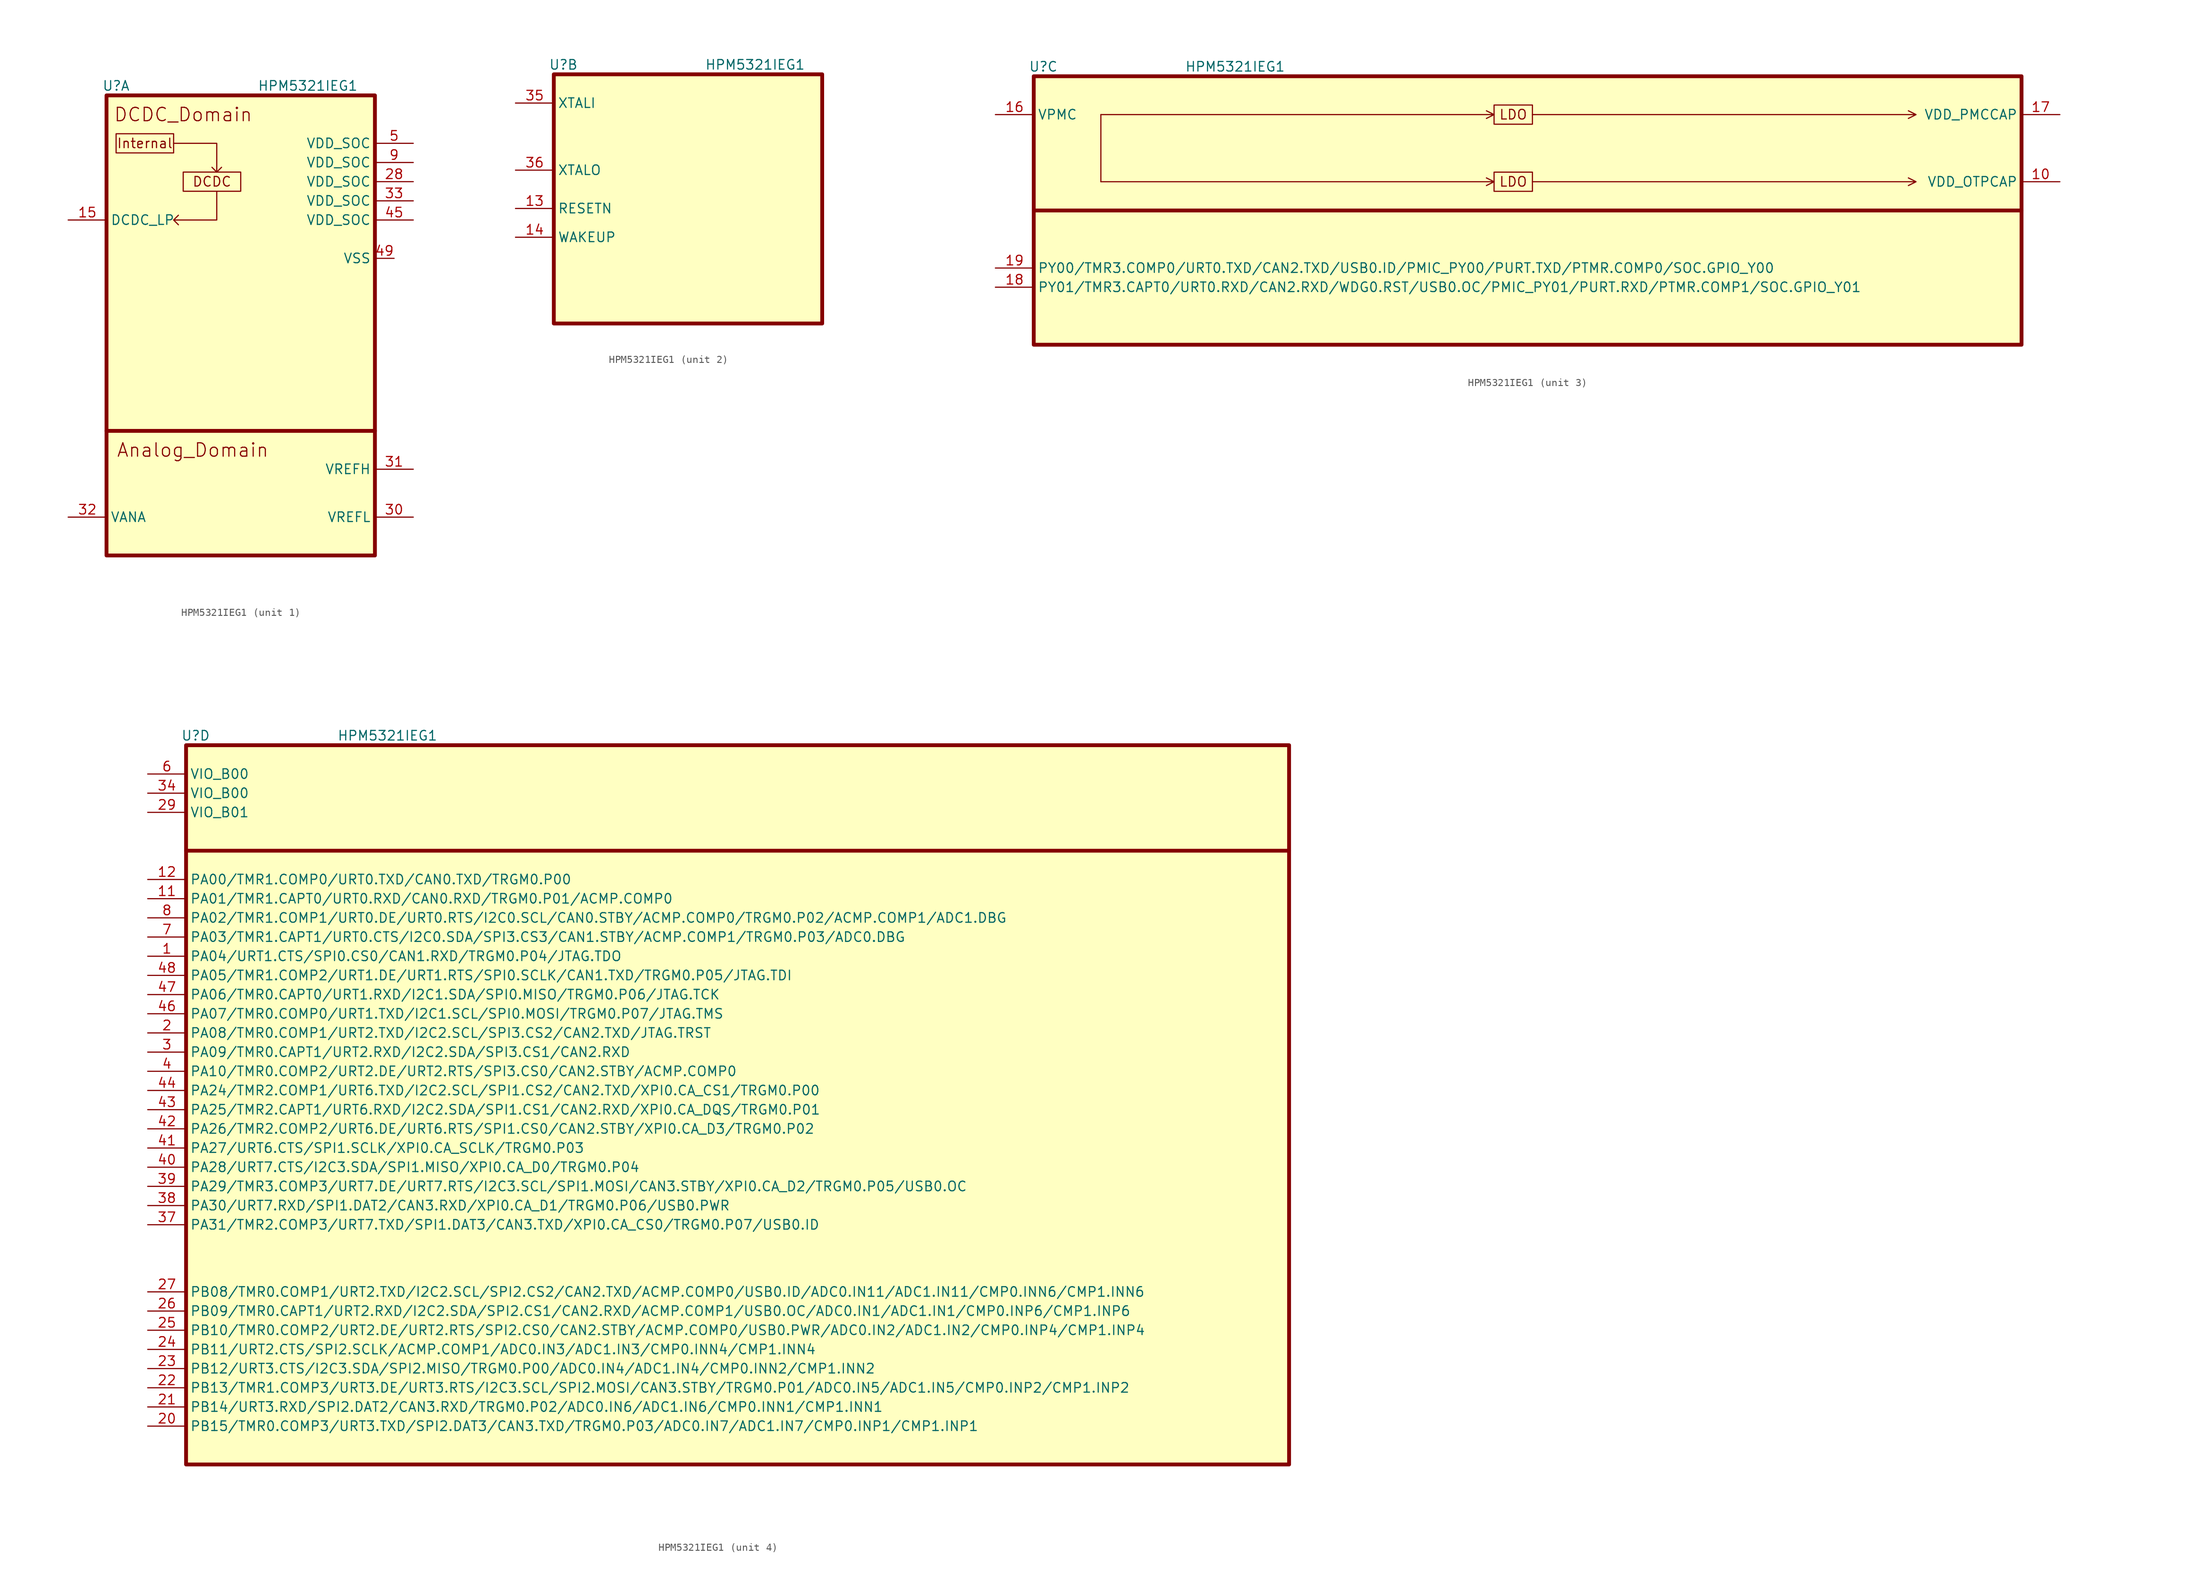
<source format=kicad_sym>
(kicad_symbol_lib
  (version 20220914)
  (generator kicad_symbol_editor)
  (symbol "HPM5321IEG1"
    (property "Reference" "U"
      (at 1.27 1.27 0)
      (effects (font (size 1.27 1.27))))
    (property "Value" "HPM5321IEG1"
      (at 26.67 1.27 0)
      (effects (font (size 1.27 1.27))))
    (property "ki_locked" ""
      (at 0 0 0)
      (effects (font (size 1.27 1.27))))
    (symbol "HPM5321IEG1_1_0"
      (pin power_in line (at 38.1 -21.59 180) (length 2.54) (name "VSS" (effects (font (size 1.27 1.27)))) (number "49" (effects (font (size 1.27 1.27))))))
    (symbol "HPM5321IEG1_1_1"
      (polyline (pts (xy 0 -44.45) (xy 35.56 -44.45)) (stroke (width 0.508) (type default)) (fill (type none)))
      (polyline (pts (xy 8.89 -6.35) (xy 14.605 -6.35) (xy 14.605 -10.16) (xy 13.97 -9.525) (xy 14.605 -10.16) (xy 15.24 -9.525)) (stroke (width 0) (type default)) (fill (type none)))
      (polyline (pts (xy 14.605 -12.7) (xy 14.605 -16.51) (xy 8.89 -16.51) (xy 9.525 -15.875) (xy 8.89 -16.51) (xy 9.525 -17.145)) (stroke (width 0) (type default)) (fill (type none)))
      (rectangle (start 0 0) (end 35.56 -60.96) (stroke (width 0.508) (type default)) (fill (type background)))
      (rectangle (start 1.27 -5.08) (end 8.89 -7.62) (stroke (width 0) (type default)) (fill (type none)))
      (rectangle (start 10.16 -10.16) (end 17.78 -12.7) (stroke (width 0) (type default)) (fill (type none)))
      (text "Analog_Domain" (at 11.43 -46.99 0) (effects (font (size 1.778 1.778))))
      (text "DCDC" (at 13.97 -11.43 0) (effects (font (size 1.27 1.27))))
      (text "DCDC_Domain" (at 10.16 -2.54 0) (effects (font (size 1.778 1.778))))
      (text "Internal" (at 5.08 -6.35 0) (effects (font (size 1.27 1.27))))
      (pin power_in line (at -5.08 -16.51 0) (length 5.08) (name "DCDC_LP" (effects (font (size 1.27 1.27)))) (number "15" (effects (font (size 1.27 1.27)))))
      (pin power_in line (at 40.64 -11.43 180) (length 5.08) (name "VDD_SOC" (effects (font (size 1.27 1.27)))) (number "28" (effects (font (size 1.27 1.27)))))
      (pin power_in line (at 40.64 -55.88 180) (length 5.08) (name "VREFL" (effects (font (size 1.27 1.27)))) (number "30" (effects (font (size 1.27 1.27)))))
      (pin power_in line (at 40.64 -49.53 180) (length 5.08) (name "VREFH" (effects (font (size 1.27 1.27)))) (number "31" (effects (font (size 1.27 1.27)))))
      (pin power_in line (at -5.08 -55.88 0) (length 5.08) (name "VANA" (effects (font (size 1.27 1.27)))) (number "32" (effects (font (size 1.27 1.27)))))
      (pin power_in line (at 40.64 -13.97 180) (length 5.08) (name "VDD_SOC" (effects (font (size 1.27 1.27)))) (number "33" (effects (font (size 1.27 1.27)))))
      (pin power_in line (at 40.64 -16.51 180) (length 5.08) (name "VDD_SOC" (effects (font (size 1.27 1.27)))) (number "45" (effects (font (size 1.27 1.27)))))
      (pin power_in line (at 40.64 -6.35 180) (length 5.08) (name "VDD_SOC" (effects (font (size 1.27 1.27)))) (number "5" (effects (font (size 1.27 1.27)))))
      (pin power_in line (at 40.64 -8.89 180) (length 5.08) (name "VDD_SOC" (effects (font (size 1.27 1.27)))) (number "9" (effects (font (size 1.27 1.27))))))
    (symbol "HPM5321IEG1_2_1"
      (rectangle (start 0 0) (end 35.56 -33.02) (stroke (width 0.508) (type default)) (fill (type background)))
      (pin input line (at -5.08 -17.78 0) (length 5.08) (name "RESETN" (effects (font (size 1.27 1.27)))) (number "13" (effects (font (size 1.27 1.27)))))
      (pin input line (at -5.08 -21.59 0) (length 5.08) (name "WAKEUP" (effects (font (size 1.27 1.27)))) (number "14" (effects (font (size 1.27 1.27)))))
      (pin input line (at -5.08 -3.81 0) (length 5.08) (name "XTALI" (effects (font (size 1.27 1.27)))) (number "35" (effects (font (size 1.27 1.27)))))
      (pin output line (at -5.08 -12.7 0) (length 5.08) (name "XTALO" (effects (font (size 1.27 1.27)))) (number "36" (effects (font (size 1.27 1.27))))))
    (symbol "HPM5321IEG1_3_0"
      (polyline (pts (xy 8.89 -13.97) (xy 60.96 -13.97) (xy 59.944 -13.462) (xy 60.96 -13.97) (xy 59.944 -14.478)) (stroke (width 0) (type default)) (fill (type none)))
      (polyline (pts (xy 8.89 -5.08) (xy 60.96 -5.08) (xy 59.944 -4.572) (xy 60.96 -5.08) (xy 59.944 -5.588)) (stroke (width 0) (type default)) (fill (type none)))
      (polyline (pts (xy 66.04 -13.97) (xy 116.84 -13.97) (xy 115.824 -13.462) (xy 116.84 -13.97) (xy 115.824 -14.478)) (stroke (width 0) (type default)) (fill (type none)))
      (polyline (pts (xy 66.04 -5.08) (xy 116.84 -5.08) (xy 115.824 -4.572) (xy 116.84 -5.08) (xy 115.824 -5.588)) (stroke (width 0) (type default)) (fill (type none))))
    (symbol "HPM5321IEG1_3_1"
      (polyline (pts (xy 0 -17.78) (xy 130.81 -17.78)) (stroke (width 0.508) (type default)) (fill (type none)))
      (polyline (pts (xy 8.89 -12.7) (xy 8.89 -5.08) (xy 8.89 -13.97)) (stroke (width 0) (type default)) (fill (type none)))
      (rectangle (start 0 0) (end 130.81 -35.56) (stroke (width 0.508) (type default)) (fill (type background)))
      (rectangle (start 60.96 -12.7) (end 66.04 -15.24) (stroke (width 0) (type default)) (fill (type none)))
      (rectangle (start 60.96 -3.81) (end 66.04 -6.35) (stroke (width 0) (type default)) (fill (type none)))
      (text "LDO" (at 63.5 -13.97 0) (effects (font (size 1.27 1.27))))
      (text "LDO" (at 63.5 -5.08 0) (effects (font (size 1.27 1.27))))
      (pin power_out line (at 135.89 -13.97 180) (length 5.08) (name "VDD_OTPCAP" (effects (font (size 1.27 1.27)))) (number "10" (effects (font (size 1.27 1.27)))))
      (pin power_in line (at -5.08 -5.08 0) (length 5.08) (name "VPMC" (effects (font (size 1.27 1.27)))) (number "16" (effects (font (size 1.27 1.27)))))
      (pin power_out line (at 135.89 -5.08 180) (length 5.08) (name "VDD_PMCCAP" (effects (font (size 1.27 1.27)))) (number "17" (effects (font (size 1.27 1.27)))))
      (pin bidirectional line (at -5.08 -27.94 0) (length 5.08) (name "PY01/TMR3.CAPT0/URT0.RXD/CAN2.RXD/WDG0.RST/USB0.OC/PMIC_PY01/PURT.RXD/PTMR.COMP1/SOC.GPIO_Y01" (effects (font (size 1.27 1.27)))) (number "18" (effects (font (size 1.27 1.27)))))
      (pin bidirectional line (at -5.08 -25.4 0) (length 5.08) (name "PY00/TMR3.COMP0/URT0.TXD/CAN2.TXD/USB0.ID/PMIC_PY00/PURT.TXD/PTMR.COMP0/SOC.GPIO_Y00" (effects (font (size 1.27 1.27)))) (number "19" (effects (font (size 1.27 1.27))))))
    (symbol "HPM5321IEG1_4_1"
      (polyline (pts (xy 0 -13.97) (xy 146.05 -13.97)) (stroke (width 0.5) (type default)) (fill (type none)))
      (rectangle (start 0 0) (end 146.05 -95.25) (stroke (width 0.508) (type default)) (fill (type background)))
      (pin bidirectional line (at -5.08 -27.94 0) (length 5.08) (name "PA04/URT1.CTS/SPI0.CS0/CAN1.RXD/TRGM0.P04/JTAG.TDO" (effects (font (size 1.27 1.27)))) (number "1" (effects (font (size 1.27 1.27)))))
      (pin bidirectional line (at -5.08 -20.32 0) (length 5.08) (name "PA01/TMR1.CAPT0/URT0.RXD/CAN0.RXD/TRGM0.P01/ACMP.COMP0" (effects (font (size 1.27 1.27)))) (number "11" (effects (font (size 1.27 1.27)))))
      (pin bidirectional line (at -5.08 -17.78 0) (length 5.08) (name "PA00/TMR1.COMP0/URT0.TXD/CAN0.TXD/TRGM0.P00" (effects (font (size 1.27 1.27)))) (number "12" (effects (font (size 1.27 1.27)))))
      (pin bidirectional line (at -5.08 -38.1 0) (length 5.08) (name "PA08/TMR0.COMP1/URT2.TXD/I2C2.SCL/SPI3.CS2/CAN2.TXD/JTAG.TRST" (effects (font (size 1.27 1.27)))) (number "2" (effects (font (size 1.27 1.27)))))
      (pin bidirectional line (at -5.08 -90.17 0) (length 5.08) (name "PB15/TMR0.COMP3/URT3.TXD/SPI2.DAT3/CAN3.TXD/TRGM0.P03/ADC0.IN7/ADC1.IN7/CMP0.INP1/CMP1.INP1" (effects (font (size 1.27 1.27)))) (number "20" (effects (font (size 1.27 1.27)))))
      (pin bidirectional line (at -5.08 -87.63 0) (length 5.08) (name "PB14/URT3.RXD/SPI2.DAT2/CAN3.RXD/TRGM0.P02/ADC0.IN6/ADC1.IN6/CMP0.INN1/CMP1.INN1" (effects (font (size 1.27 1.27)))) (number "21" (effects (font (size 1.27 1.27)))))
      (pin bidirectional line (at -5.08 -85.09 0) (length 5.08) (name "PB13/TMR1.COMP3/URT3.DE/URT3.RTS/I2C3.SCL/SPI2.MOSI/CAN3.STBY/TRGM0.P01/ADC0.IN5/ADC1.IN5/CMP0.INP2/CMP1.INP2" (effects (font (size 1.27 1.27)))) (number "22" (effects (font (size 1.27 1.27)))))
      (pin bidirectional line (at -5.08 -82.55 0) (length 5.08) (name "PB12/URT3.CTS/I2C3.SDA/SPI2.MISO/TRGM0.P00/ADC0.IN4/ADC1.IN4/CMP0.INN2/CMP1.INN2" (effects (font (size 1.27 1.27)))) (number "23" (effects (font (size 1.27 1.27)))))
      (pin bidirectional line (at -5.08 -80.01 0) (length 5.08) (name "PB11/URT2.CTS/SPI2.SCLK/ACMP.COMP1/ADC0.IN3/ADC1.IN3/CMP0.INN4/CMP1.INN4" (effects (font (size 1.27 1.27)))) (number "24" (effects (font (size 1.27 1.27)))))
      (pin bidirectional line (at -5.08 -77.47 0) (length 5.08) (name "PB10/TMR0.COMP2/URT2.DE/URT2.RTS/SPI2.CS0/CAN2.STBY/ACMP.COMP0/USB0.PWR/ADC0.IN2/ADC1.IN2/CMP0.INP4/CMP1.INP4" (effects (font (size 1.27 1.27)))) (number "25" (effects (font (size 1.27 1.27)))))
      (pin bidirectional line (at -5.08 -74.93 0) (length 5.08) (name "PB09/TMR0.CAPT1/URT2.RXD/I2C2.SDA/SPI2.CS1/CAN2.RXD/ACMP.COMP1/USB0.OC/ADC0.IN1/ADC1.IN1/CMP0.INP6/CMP1.INP6" (effects (font (size 1.27 1.27)))) (number "26" (effects (font (size 1.27 1.27)))))
      (pin bidirectional line (at -5.08 -72.39 0) (length 5.08) (name "PB08/TMR0.COMP1/URT2.TXD/I2C2.SCL/SPI2.CS2/CAN2.TXD/ACMP.COMP0/USB0.ID/ADC0.IN11/ADC1.IN11/CMP0.INN6/CMP1.INN6" (effects (font (size 1.27 1.27)))) (number "27" (effects (font (size 1.27 1.27)))))
      (pin power_in line (at -5.08 -8.89 0) (length 5.08) (name "VIO_B01" (effects (font (size 1.27 1.27)))) (number "29" (effects (font (size 1.27 1.27)))))
      (pin bidirectional line (at -5.08 -40.64 0) (length 5.08) (name "PA09/TMR0.CAPT1/URT2.RXD/I2C2.SDA/SPI3.CS1/CAN2.RXD" (effects (font (size 1.27 1.27)))) (number "3" (effects (font (size 1.27 1.27)))))
      (pin power_in line (at -5.08 -6.35 0) (length 5.08) (name "VIO_B00" (effects (font (size 1.27 1.27)))) (number "34" (effects (font (size 1.27 1.27)))))
      (pin bidirectional line (at -5.08 -63.5 0) (length 5.08) (name "PA31/TMR2.COMP3/URT7.TXD/SPI1.DAT3/CAN3.TXD/XPI0.CA_CS0/TRGM0.P07/USB0.ID" (effects (font (size 1.27 1.27)))) (number "37" (effects (font (size 1.27 1.27)))))
      (pin bidirectional line (at -5.08 -60.96 0) (length 5.08) (name "PA30/URT7.RXD/SPI1.DAT2/CAN3.RXD/XPI0.CA_D1/TRGM0.P06/USB0.PWR" (effects (font (size 1.27 1.27)))) (number "38" (effects (font (size 1.27 1.27)))))
      (pin bidirectional line (at -5.08 -58.42 0) (length 5.08) (name "PA29/TMR3.COMP3/URT7.DE/URT7.RTS/I2C3.SCL/SPI1.MOSI/CAN3.STBY/XPI0.CA_D2/TRGM0.P05/USB0.OC" (effects (font (size 1.27 1.27)))) (number "39" (effects (font (size 1.27 1.27)))))
      (pin bidirectional line (at -5.08 -43.18 0) (length 5.08) (name "PA10/TMR0.COMP2/URT2.DE/URT2.RTS/SPI3.CS0/CAN2.STBY/ACMP.COMP0" (effects (font (size 1.27 1.27)))) (number "4" (effects (font (size 1.27 1.27)))))
      (pin bidirectional line (at -5.08 -55.88 0) (length 5.08) (name "PA28/URT7.CTS/I2C3.SDA/SPI1.MISO/XPI0.CA_D0/TRGM0.P04" (effects (font (size 1.27 1.27)))) (number "40" (effects (font (size 1.27 1.27)))))
      (pin bidirectional line (at -5.08 -53.34 0) (length 5.08) (name "PA27/URT6.CTS/SPI1.SCLK/XPI0.CA_SCLK/TRGM0.P03" (effects (font (size 1.27 1.27)))) (number "41" (effects (font (size 1.27 1.27)))))
      (pin bidirectional line (at -5.08 -50.8 0) (length 5.08) (name "PA26/TMR2.COMP2/URT6.DE/URT6.RTS/SPI1.CS0/CAN2.STBY/XPI0.CA_D3/TRGM0.P02" (effects (font (size 1.27 1.27)))) (number "42" (effects (font (size 1.27 1.27)))))
      (pin bidirectional line (at -5.08 -48.26 0) (length 5.08) (name "PA25/TMR2.CAPT1/URT6.RXD/I2C2.SDA/SPI1.CS1/CAN2.RXD/XPI0.CA_DQS/TRGM0.P01" (effects (font (size 1.27 1.27)))) (number "43" (effects (font (size 1.27 1.27)))))
      (pin bidirectional line (at -5.08 -45.72 0) (length 5.08) (name "PA24/TMR2.COMP1/URT6.TXD/I2C2.SCL/SPI1.CS2/CAN2.TXD/XPI0.CA_CS1/TRGM0.P00" (effects (font (size 1.27 1.27)))) (number "44" (effects (font (size 1.27 1.27)))))
      (pin bidirectional line (at -5.08 -35.56 0) (length 5.08) (name "PA07/TMR0.COMP0/URT1.TXD/I2C1.SCL/SPI0.MOSI/TRGM0.P07/JTAG.TMS" (effects (font (size 1.27 1.27)))) (number "46" (effects (font (size 1.27 1.27)))))
      (pin bidirectional line (at -5.08 -33.02 0) (length 5.08) (name "PA06/TMR0.CAPT0/URT1.RXD/I2C1.SDA/SPI0.MISO/TRGM0.P06/JTAG.TCK" (effects (font (size 1.27 1.27)))) (number "47" (effects (font (size 1.27 1.27)))))
      (pin bidirectional line (at -5.08 -30.48 0) (length 5.08) (name "PA05/TMR1.COMP2/URT1.DE/URT1.RTS/SPI0.SCLK/CAN1.TXD/TRGM0.P05/JTAG.TDI" (effects (font (size 1.27 1.27)))) (number "48" (effects (font (size 1.27 1.27)))))
      (pin power_in line (at -5.08 -3.81 0) (length 5.08) (name "VIO_B00" (effects (font (size 1.27 1.27)))) (number "6" (effects (font (size 1.27 1.27)))))
      (pin bidirectional line (at -5.08 -25.4 0) (length 5.08) (name "PA03/TMR1.CAPT1/URT0.CTS/I2C0.SDA/SPI3.CS3/CAN1.STBY/ACMP.COMP1/TRGM0.P03/ADC0.DBG" (effects (font (size 1.27 1.27)))) (number "7" (effects (font (size 1.27 1.27)))))
      (pin bidirectional line (at -5.08 -22.86 0) (length 5.08) (name "PA02/TMR1.COMP1/URT0.DE/URT0.RTS/I2C0.SCL/CAN0.STBY/ACMP.COMP0/TRGM0.P02/ACMP.COMP1/ADC1.DBG" (effects (font (size 1.27 1.27)))) (number "8" (effects (font (size 1.27 1.27))))))))
</source>
